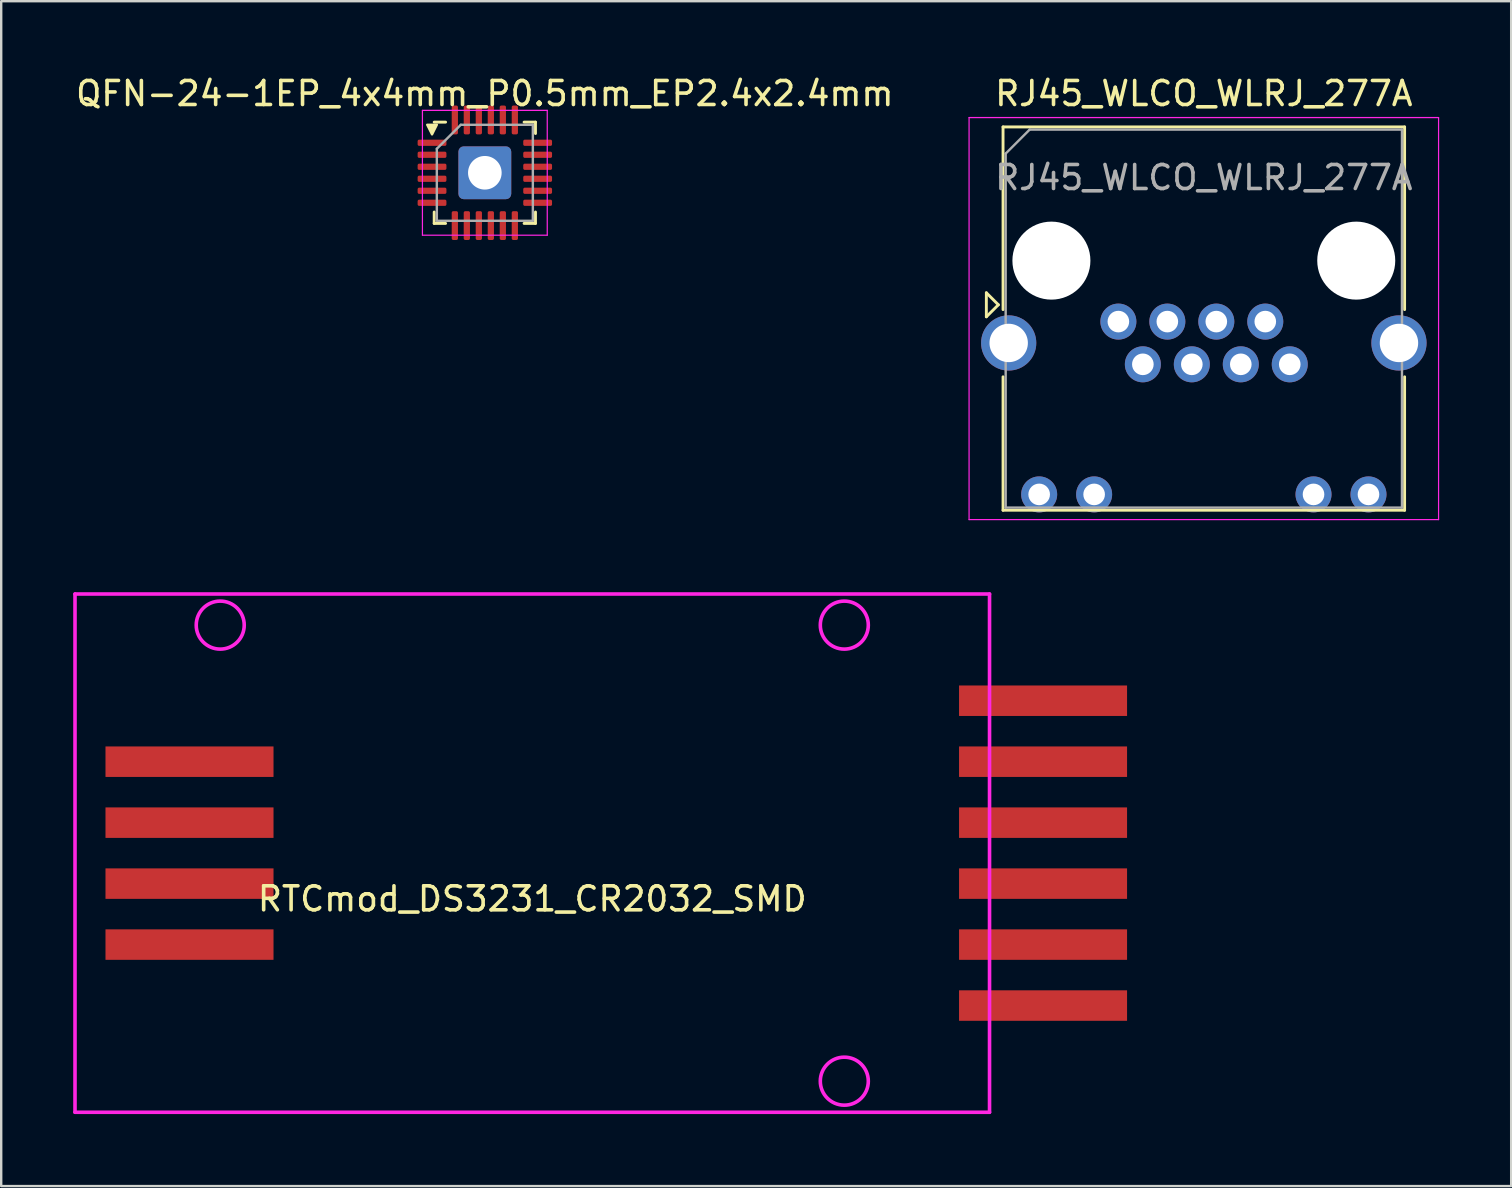
<source format=kicad_pcb>
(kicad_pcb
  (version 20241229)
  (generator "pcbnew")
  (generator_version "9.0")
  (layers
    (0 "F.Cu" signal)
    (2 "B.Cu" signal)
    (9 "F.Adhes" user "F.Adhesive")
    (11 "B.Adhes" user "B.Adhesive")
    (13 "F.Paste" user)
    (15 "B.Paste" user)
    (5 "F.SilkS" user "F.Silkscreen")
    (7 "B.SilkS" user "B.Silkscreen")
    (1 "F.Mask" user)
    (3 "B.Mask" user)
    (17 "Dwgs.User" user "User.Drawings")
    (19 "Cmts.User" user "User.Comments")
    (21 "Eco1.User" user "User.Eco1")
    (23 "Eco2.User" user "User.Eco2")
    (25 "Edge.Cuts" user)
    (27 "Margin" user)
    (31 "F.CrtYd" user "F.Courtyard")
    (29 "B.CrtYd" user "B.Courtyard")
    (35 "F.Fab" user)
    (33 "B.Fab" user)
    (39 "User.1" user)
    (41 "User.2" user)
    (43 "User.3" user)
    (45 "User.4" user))
  (footprint "RJ45_WLCO_WLRJ_277A"
    (layer "F.Cu")
    (at 43.543 10.348)
    (property "Reference" "RJ45_WLCO_WLRJ_277A" (at 3.56 -9.5 0) (layer "F.SilkS") (effects (font (size 1 1) (thickness 0.15))))
    (attr through_hole)
    (fp_line (start -5.5 -1.2) (end -5 -0.7) (stroke (width 0.12) (type solid)) (layer "F.SilkS"))
    (fp_line (start -5.5 -0.2) (end -5.5 -1.2) (stroke (width 0.12) (type solid)) (layer "F.SilkS"))
    (fp_line (start -5 -0.7) (end -5.5 -0.2) (stroke (width 0.12) (type solid)) (layer "F.SilkS"))
    (fp_line (start -4.805 -8.11) (end -4.805 -0.5) (stroke (width 0.12) (type solid)) (layer "F.SilkS"))
    (fp_line (start -4.805 -8.11) (end 11.925 -8.11) (stroke (width 0.12) (type solid)) (layer "F.SilkS"))
    (fp_line (start -4.805 7.86) (end -4.805 2.3) (stroke (width 0.12) (type solid)) (layer "F.SilkS"))
    (fp_line (start -4.805 7.86) (end 11.925 7.86) (stroke (width 0.12) (type solid)) (layer "F.SilkS"))
    (fp_line (start 11.925 -8.11) (end 11.925 -0.5) (stroke (width 0.12) (type solid)) (layer "F.SilkS"))
    (fp_line (start 11.925 7.86) (end 11.925 2.3) (stroke (width 0.12) (type solid)) (layer "F.SilkS"))
    (fp_line (start -6.22 -8.5) (end -6.22 8.25) (stroke (width 0.05) (type solid)) (layer "F.CrtYd"))
    (fp_line (start -6.22 -8.5) (end 13.34 -8.5) (stroke (width 0.05) (type solid)) (layer "F.CrtYd"))
    (fp_line (start -6.22 8.25) (end 13.34 8.25) (stroke (width 0.05) (type solid)) (layer "F.CrtYd"))
    (fp_line (start 13.34 -8.5) (end 13.34 8.25) (stroke (width 0.05) (type solid)) (layer "F.CrtYd"))
    (fp_line (start -4.695 -7) (end -4.695 7.75) (stroke (width 0.1) (type solid)) (layer "F.Fab"))
    (fp_line (start -4.695 -7) (end -3.695 -8) (stroke (width 0.1) (type solid)) (layer "F.Fab"))
    (fp_line (start -4.695 7.75) (end 11.815 7.75) (stroke (width 0.1) (type solid)) (layer "F.Fab"))
    (fp_line (start -3.695 -8) (end 11.815 -8) (stroke (width 0.1) (type solid)) (layer "F.Fab"))
    (fp_line (start 11.815 -8) (end 11.815 7.75) (stroke (width 0.1) (type solid)) (layer "F.Fab"))
    (fp_text user "${REFERENCE}" (at 3.56 -6 0) (layer "F.Fab") (effects (font (size 1 1) (thickness 0.15))))
    (pad "" np_thru_hole circle (at -2.79 -2.54) (size 3.25 3.25) (drill 3.25) (layers "*.Cu" "*.Mask"))
    (pad "" np_thru_hole circle (at 9.91 -2.54) (size 3.25 3.25) (drill 3.25) (layers "*.Cu" "*.Mask"))
    (pad "1" thru_hole circle (at 0 0) (size 1.5 1.5) (drill 0.9) (layers "*.Cu" "*.Mask"))
    (pad "2" thru_hole circle (at 1.02 1.78) (size 1.5 1.5) (drill 0.9) (layers "*.Cu" "*.Mask"))
    (pad "3" thru_hole circle (at 2.04 0) (size 1.5 1.5) (drill 0.9) (layers "*.Cu" "*.Mask"))
    (pad "4" thru_hole circle (at 3.06 1.78) (size 1.5 1.5) (drill 0.9) (layers "*.Cu" "*.Mask"))
    (pad "5" thru_hole circle (at 4.08 0) (size 1.5 1.5) (drill 0.9) (layers "*.Cu" "*.Mask"))
    (pad "6" thru_hole circle (at 5.1 1.78) (size 1.5 1.5) (drill 0.9) (layers "*.Cu" "*.Mask"))
    (pad "7" thru_hole circle (at 6.12 0) (size 1.5 1.5) (drill 0.9) (layers "*.Cu" "*.Mask"))
    (pad "8" thru_hole circle (at 7.14 1.78) (size 1.5 1.5) (drill 0.9) (layers "*.Cu" "*.Mask"))
    (pad "9" thru_hole circle (at -3.3 7.2) (size 1.5 1.5) (drill 0.9) (layers "*.Cu" "*.Mask"))
    (pad "10" thru_hole circle (at -1.01 7.2) (size 1.5 1.5) (drill 0.9) (layers "*.Cu" "*.Mask"))
    (pad "11" thru_hole circle (at 8.13 7.2) (size 1.5 1.5) (drill 0.9) (layers "*.Cu" "*.Mask"))
    (pad "12" thru_hole circle (at 10.42 7.2) (size 1.5 1.5) (drill 0.9) (layers "*.Cu" "*.Mask"))
    (pad "SH" thru_hole circle (at -4.57 0.89) (size 2.3 2.3) (drill 1.6) (layers "*.Cu" "*.Mask"))
    (pad "SH" thru_hole circle (at 11.69 0.89) (size 2.3 2.3) (drill 1.6) (layers "*.Cu" "*.Mask")))
  (footprint "QFN-24-1EP_4x4mm_P0.5mm_EP2.4x2.4mm"
    (layer "F.Cu")
    (at 17.149 4.148)
    (property "Reference" "QFN-24-1EP_4x4mm_P0.5mm_EP2.4x2.4mm" (at 0 -3.3 0) (layer "F.SilkS") (effects (font (size 1 1) (thickness 0.15))))
    (attr smd)
    (fp_line (start -2.11 2.11) (end -2.11 1.635) (stroke (width 0.12) (type solid)) (layer "F.SilkS"))
    (fp_line (start -1.635 -2.11) (end -2.11 -2.11) (stroke (width 0.12) (type solid)) (layer "F.SilkS"))
    (fp_line (start -1.635 2.11) (end -2.11 2.11) (stroke (width 0.12) (type solid)) (layer "F.SilkS"))
    (fp_line (start 1.635 -2.11) (end 2.11 -2.11) (stroke (width 0.12) (type solid)) (layer "F.SilkS"))
    (fp_line (start 1.635 2.11) (end 2.11 2.11) (stroke (width 0.12) (type solid)) (layer "F.SilkS"))
    (fp_line (start 2.11 -2.11) (end 2.11 -1.635) (stroke (width 0.12) (type solid)) (layer "F.SilkS"))
    (fp_line (start 2.11 2.11) (end 2.11 1.635) (stroke (width 0.12) (type solid)) (layer "F.SilkS"))
    (fp_poly (pts (xy -2.2 -1.6) (xy -2 -2) (xy -2.4 -2)) (stroke (width 0.1) (type solid)) (fill yes) (layer "F.SilkS"))
    (fp_line (start -2.6 -2.6) (end -2.6 2.6) (stroke (width 0.05) (type solid)) (layer "F.CrtYd"))
    (fp_line (start -2.6 2.6) (end 2.6 2.6) (stroke (width 0.05) (type solid)) (layer "F.CrtYd"))
    (fp_line (start 2.6 -2.6) (end -2.6 -2.6) (stroke (width 0.05) (type solid)) (layer "F.CrtYd"))
    (fp_line (start 2.6 2.6) (end 2.6 -2.6) (stroke (width 0.05) (type solid)) (layer "F.CrtYd"))
    (fp_line (start -2 -1) (end -1 -2) (stroke (width 0.1) (type solid)) (layer "F.Fab"))
    (fp_line (start -2 2) (end -2 -1) (stroke (width 0.1) (type solid)) (layer "F.Fab"))
    (fp_line (start -1 -2) (end 2 -2) (stroke (width 0.1) (type solid)) (layer "F.Fab"))
    (fp_line (start 2 -2) (end 2 2) (stroke (width 0.1) (type solid)) (layer "F.Fab"))
    (fp_line (start 2 2) (end -2 2) (stroke (width 0.1) (type solid)) (layer "F.Fab"))
    (pad "" smd roundrect (at -0.65 -0.65) (size 0.6 0.6) (layers "F.Paste") (roundrect_rratio 0.238))
    (pad "" smd roundrect (at -0.65 0.65) (size 0.6 0.6) (layers "F.Paste") (roundrect_rratio 0.238))
    (pad "" smd roundrect (at 0.65 -0.65) (size 0.6 0.6) (layers "F.Paste") (roundrect_rratio 0.238))
    (pad "" smd roundrect (at 0.65 0.65) (size 0.6 0.6) (layers "F.Paste") (roundrect_rratio 0.238))
    (pad "1" smd roundrect (at -2.2 -1.25) (size 1.2 0.26) (layers "F.Cu" "F.Mask" "F.Paste") (roundrect_rratio 0.25))
    (pad "2" smd roundrect (at -2.2 -0.75) (size 1.2 0.26) (layers "F.Cu" "F.Mask" "F.Paste") (roundrect_rratio 0.25))
    (pad "3" smd roundrect (at -2.2 -0.25) (size 1.2 0.26) (layers "F.Cu" "F.Mask" "F.Paste") (roundrect_rratio 0.25))
    (pad "4" smd roundrect (at -2.2 0.25) (size 1.2 0.26) (layers "F.Cu" "F.Mask" "F.Paste") (roundrect_rratio 0.25))
    (pad "5" smd roundrect (at -2.2 0.75) (size 1.2 0.26) (layers "F.Cu" "F.Mask" "F.Paste") (roundrect_rratio 0.25))
    (pad "6" smd roundrect (at -2.2 1.25) (size 1.2 0.26) (layers "F.Cu" "F.Mask" "F.Paste") (roundrect_rratio 0.25))
    (pad "7" smd roundrect (at -1.25 2.2) (size 0.26 1.2) (layers "F.Cu" "F.Mask" "F.Paste") (roundrect_rratio 0.25))
    (pad "8" smd roundrect (at -0.75 2.2) (size 0.26 1.2) (layers "F.Cu" "F.Mask" "F.Paste") (roundrect_rratio 0.25))
    (pad "9" smd roundrect (at -0.25 2.2) (size 0.26 1.2) (layers "F.Cu" "F.Mask" "F.Paste") (roundrect_rratio 0.25))
    (pad "10" smd roundrect (at 0.25 2.2) (size 0.26 1.2) (layers "F.Cu" "F.Mask" "F.Paste") (roundrect_rratio 0.25))
    (pad "11" smd roundrect (at 0.75 2.2) (size 0.26 1.2) (layers "F.Cu" "F.Mask" "F.Paste") (roundrect_rratio 0.25))
    (pad "12" smd roundrect (at 1.25 2.2) (size 0.26 1.2) (layers "F.Cu" "F.Mask" "F.Paste") (roundrect_rratio 0.25))
    (pad "13" smd roundrect (at 2.2 1.25) (size 1.2 0.26) (layers "F.Cu" "F.Mask" "F.Paste") (roundrect_rratio 0.25))
    (pad "14" smd roundrect (at 2.2 0.75) (size 1.2 0.26) (layers "F.Cu" "F.Mask" "F.Paste") (roundrect_rratio 0.25))
    (pad "15" smd roundrect (at 2.2 0.25) (size 1.2 0.26) (layers "F.Cu" "F.Mask" "F.Paste") (roundrect_rratio 0.25))
    (pad "16" smd roundrect (at 2.2 -0.25) (size 1.2 0.26) (layers "F.Cu" "F.Mask" "F.Paste") (roundrect_rratio 0.25))
    (pad "17" smd roundrect (at 2.2 -0.75) (size 1.2 0.26) (layers "F.Cu" "F.Mask" "F.Paste") (roundrect_rratio 0.25))
    (pad "18" smd roundrect (at 2.2 -1.25) (size 1.2 0.26) (layers "F.Cu" "F.Mask" "F.Paste") (roundrect_rratio 0.25))
    (pad "19" smd roundrect (at 1.25 -2.2) (size 0.26 1.2) (layers "F.Cu" "F.Mask" "F.Paste") (roundrect_rratio 0.25))
    (pad "20" smd roundrect (at 0.75 -2.2) (size 0.26 1.2) (layers "F.Cu" "F.Mask" "F.Paste") (roundrect_rratio 0.25))
    (pad "21" smd roundrect (at 0.25 -2.2) (size 0.26 1.2) (layers "F.Cu" "F.Mask" "F.Paste") (roundrect_rratio 0.25))
    (pad "22" smd roundrect (at -0.25 -2.2) (size 0.26 1.2) (layers "F.Cu" "F.Mask" "F.Paste") (roundrect_rratio 0.25))
    (pad "23" smd roundrect (at -0.75 -2.2) (size 0.26 1.2) (layers "F.Cu" "F.Mask" "F.Paste") (roundrect_rratio 0.25))
    (pad "24" smd roundrect (at -1.25 -2.2) (size 0.26 1.2) (layers "F.Cu" "F.Mask" "F.Paste") (roundrect_rratio 0.25))
    (pad "25" thru_hole roundrect (at 0 0) (size 2.2 2.2) (drill 1.4) (layers "*.Cu" "*.Mask") (roundrect_rratio 0.1)))
  (footprint "RTCmod_DS3231_CR2032_SMD"
    (layer "F.Cu")
    (at 19.125 32.493)
    (property "Reference" "RTCmod_DS3231_CR2032_SMD" (at 0 1.905 0) (layer "F.SilkS") (effects (font (size 1 1) (thickness 0.15))))
    (attr through_hole)
    (fp_line (start -19.05 -10.795) (end 19.05 -10.795) (stroke (width 0.15) (type solid)) (layer "F.CrtYd"))
    (fp_line (start -19.05 10.795) (end -19.05 -10.795) (stroke (width 0.15) (type solid)) (layer "F.CrtYd"))
    (fp_line (start 19.05 -10.795) (end 19.05 10.795) (stroke (width 0.15) (type solid)) (layer "F.CrtYd"))
    (fp_line (start 19.05 10.795) (end -19.05 10.795) (stroke (width 0.15) (type solid)) (layer "F.CrtYd"))
    (fp_circle (center -13 -9.5) (end -13 -10.5) (stroke (width 0.15) (type solid)) (fill no) (layer "F.CrtYd"))
    (fp_circle (center 13 -9.5) (end 13 -10.5) (stroke (width 0.15) (type solid)) (fill no) (layer "F.CrtYd"))
    (fp_circle (center 13 9.5) (end 13 10.5) (stroke (width 0.15) (type solid)) (fill no) (layer "F.CrtYd"))
    (pad "1" smd rect (at 21.28 6.35) (size 7 1.27) (layers "F.Cu" "F.Mask" "F.Paste"))
    (pad "2" smd rect (at 21.28 3.81) (size 7 1.27) (layers "F.Cu" "F.Mask" "F.Paste"))
    (pad "3" smd rect (at 21.28 1.27) (size 7 1.27) (layers "F.Cu" "F.Mask" "F.Paste"))
    (pad "4" smd rect (at 21.28 -1.27) (size 7 1.27) (layers "F.Cu" "F.Mask" "F.Paste"))
    (pad "5" smd rect (at 21.28 -3.81) (size 7 1.27) (layers "F.Cu" "F.Mask" "F.Paste"))
    (pad "6" smd rect (at 21.28 -6.35) (size 7 1.27) (layers "F.Cu" "F.Mask" "F.Paste"))
    (pad "7" smd rect (at -14.28 3.81) (size 7 1.27) (layers "F.Cu" "F.Mask" "F.Paste"))
    (pad "8" smd rect (at -14.28 1.27) (size 7 1.27) (layers "F.Cu" "F.Mask" "F.Paste"))
    (pad "9" smd rect (at -14.28 -1.27) (size 7 1.27) (layers "F.Cu" "F.Mask" "F.Paste"))
    (pad "10" smd rect (at -14.28 -3.81) (size 7 1.27) (layers "F.Cu" "F.Mask" "F.Paste")))
  (gr_rect
    (start -3 -3)
    (end 59.908 46.363)
    (stroke (width 0.1) (type default))
    (fill no)
    (layer "Edge.Cuts")))
</source>
